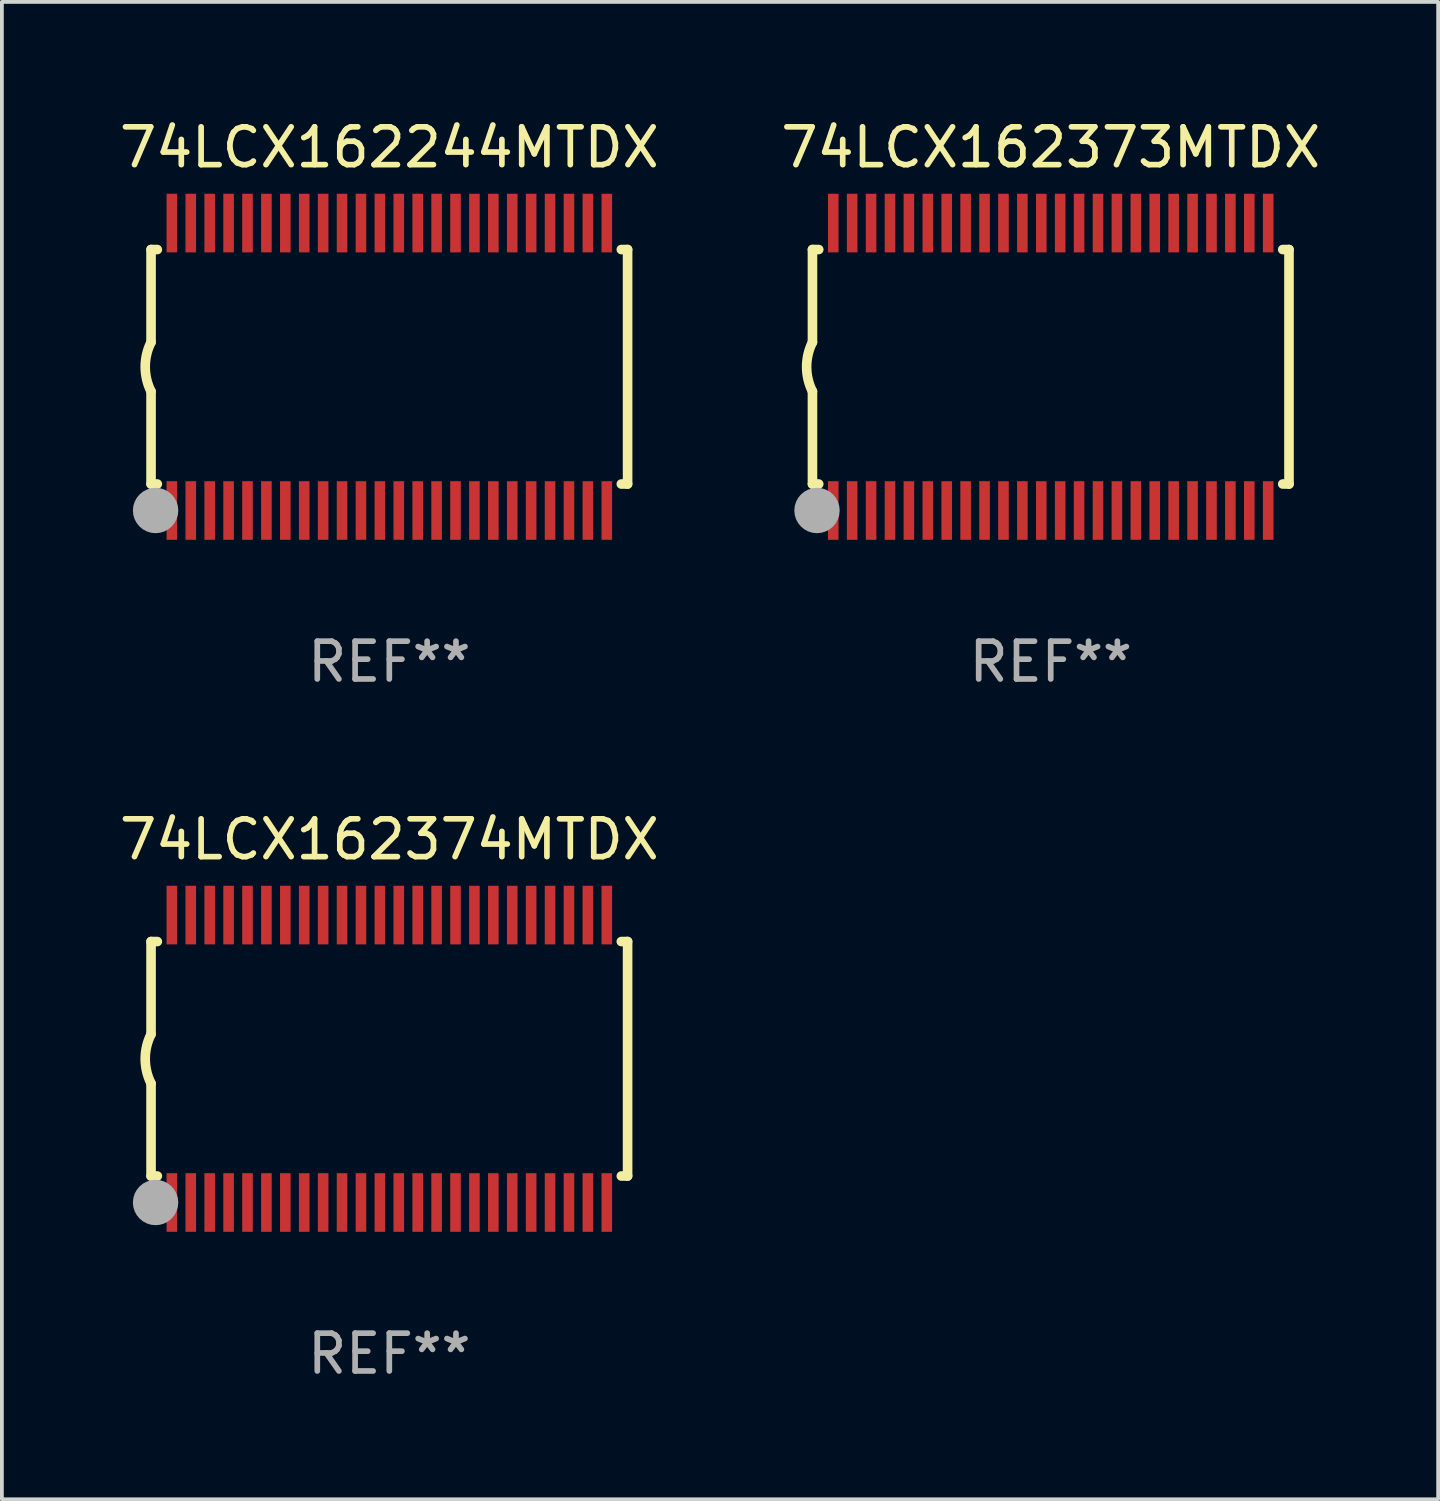
<source format=kicad_pcb>
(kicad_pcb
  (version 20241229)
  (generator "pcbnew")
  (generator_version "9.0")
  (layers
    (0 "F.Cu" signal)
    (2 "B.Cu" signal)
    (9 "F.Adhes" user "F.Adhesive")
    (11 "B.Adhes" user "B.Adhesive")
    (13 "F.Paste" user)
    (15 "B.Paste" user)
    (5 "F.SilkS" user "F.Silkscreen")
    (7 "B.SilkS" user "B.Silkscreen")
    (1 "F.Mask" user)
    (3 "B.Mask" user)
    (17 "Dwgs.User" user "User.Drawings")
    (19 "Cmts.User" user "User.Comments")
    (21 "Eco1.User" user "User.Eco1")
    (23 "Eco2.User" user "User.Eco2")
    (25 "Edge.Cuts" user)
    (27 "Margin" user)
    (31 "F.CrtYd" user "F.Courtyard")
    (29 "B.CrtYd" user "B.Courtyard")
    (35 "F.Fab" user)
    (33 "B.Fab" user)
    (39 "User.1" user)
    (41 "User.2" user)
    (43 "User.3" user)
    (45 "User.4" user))
  (footprint "74LCX162374MTDX"
    (layer "F.Cu")
    (at 7.244 24.945)
    (property "Reference" "74LCX162374MTDX" (at 0 -5.8 0) (layer "F.SilkS") (effects (font (size 1 1) (thickness 0.15))))
    (attr through_hole)
    (fp_line (start -6.3 -3.1) (end -6.3 -0.65) (stroke (width 0.254) (type solid)) (layer "F.SilkS"))
    (fp_line (start -6.3 -3.1) (end -6.134 -3.1) (stroke (width 0.254) (type solid)) (layer "F.SilkS"))
    (fp_line (start -6.3 3.1) (end -6.3 0.65) (stroke (width 0.254) (type solid)) (layer "F.SilkS"))
    (fp_line (start -6.3 3.1) (end -6.134 3.1) (stroke (width 0.254) (type solid)) (layer "F.SilkS"))
    (fp_line (start 6.134 -3.1) (end 6.3 -3.1) (stroke (width 0.254) (type solid)) (layer "F.SilkS"))
    (fp_line (start 6.134 3.1) (end 6.3 3.1) (stroke (width 0.254) (type solid)) (layer "F.SilkS"))
    (fp_line (start 6.3 -3.1) (end 6.3 3.1) (stroke (width 0.254) (type solid)) (layer "F.SilkS"))
    (fp_arc (start -6.301016 0.650114) (mid -6.45413 -0.000082) (end -6.3 -0.650038) (stroke (width 0.254001) (type solid)) (layer "F.SilkS"))
    (fp_circle (center -6.35 3.81) (end -6.223 3.81) (stroke (width 0.254) (type solid)) (fill no) (layer "F.SilkS"))
    (fp_circle (center -6.25 4.05) (end -6.22 4.05) (stroke (width 0.06) (type solid)) (fill no) (layer "F.SilkS"))
    (fp_circle (center -6.18 3.8) (end -5.88 3.8) (stroke (width 0.6) (type solid)) (fill no) (layer "F.Fab"))
    (fp_text user "REF**" (at 0 7.8 0) (layer "F.Fab") (effects (font (size 1 1) (thickness 0.15))))
    (pad "1" smd rect (at -5.75 3.8) (size 0.28 1.55) (layers "F.Cu" "F.Mask" "F.Paste"))
    (pad "2" smd rect (at -5.25 3.8) (size 0.28 1.55) (layers "F.Cu" "F.Mask" "F.Paste"))
    (pad "3" smd rect (at -4.75 3.8) (size 0.28 1.55) (layers "F.Cu" "F.Mask" "F.Paste"))
    (pad "4" smd rect (at -4.25 3.8) (size 0.28 1.55) (layers "F.Cu" "F.Mask" "F.Paste"))
    (pad "5" smd rect (at -3.75 3.8) (size 0.28 1.55) (layers "F.Cu" "F.Mask" "F.Paste"))
    (pad "6" smd rect (at -3.25 3.8) (size 0.28 1.55) (layers "F.Cu" "F.Mask" "F.Paste"))
    (pad "7" smd rect (at -2.75 3.8) (size 0.28 1.55) (layers "F.Cu" "F.Mask" "F.Paste"))
    (pad "8" smd rect (at -2.25 3.8) (size 0.28 1.55) (layers "F.Cu" "F.Mask" "F.Paste"))
    (pad "9" smd rect (at -1.75 3.8) (size 0.28 1.55) (layers "F.Cu" "F.Mask" "F.Paste"))
    (pad "10" smd rect (at -1.25 3.8) (size 0.28 1.55) (layers "F.Cu" "F.Mask" "F.Paste"))
    (pad "11" smd rect (at -0.75 3.8) (size 0.28 1.55) (layers "F.Cu" "F.Mask" "F.Paste"))
    (pad "12" smd rect (at -0.25 3.8) (size 0.28 1.55) (layers "F.Cu" "F.Mask" "F.Paste"))
    (pad "13" smd rect (at 0.25 3.8) (size 0.28 1.55) (layers "F.Cu" "F.Mask" "F.Paste"))
    (pad "14" smd rect (at 0.75 3.8) (size 0.28 1.55) (layers "F.Cu" "F.Mask" "F.Paste"))
    (pad "15" smd rect (at 1.25 3.8) (size 0.28 1.55) (layers "F.Cu" "F.Mask" "F.Paste"))
    (pad "16" smd rect (at 1.75 3.8) (size 0.28 1.55) (layers "F.Cu" "F.Mask" "F.Paste"))
    (pad "17" smd rect (at 2.25 3.8) (size 0.28 1.55) (layers "F.Cu" "F.Mask" "F.Paste"))
    (pad "18" smd rect (at 2.75 3.8) (size 0.28 1.55) (layers "F.Cu" "F.Mask" "F.Paste"))
    (pad "19" smd rect (at 3.25 3.8) (size 0.28 1.55) (layers "F.Cu" "F.Mask" "F.Paste"))
    (pad "20" smd rect (at 3.75 3.8) (size 0.28 1.55) (layers "F.Cu" "F.Mask" "F.Paste"))
    (pad "21" smd rect (at 4.25 3.8) (size 0.28 1.55) (layers "F.Cu" "F.Mask" "F.Paste"))
    (pad "22" smd rect (at 4.75 3.8) (size 0.28 1.55) (layers "F.Cu" "F.Mask" "F.Paste"))
    (pad "23" smd rect (at 5.25 3.8) (size 0.28 1.55) (layers "F.Cu" "F.Mask" "F.Paste"))
    (pad "24" smd rect (at 5.75 3.8) (size 0.28 1.55) (layers "F.Cu" "F.Mask" "F.Paste"))
    (pad "25" smd rect (at 5.75 -3.8) (size 0.28 1.55) (layers "F.Cu" "F.Mask" "F.Paste"))
    (pad "26" smd rect (at 5.25 -3.8) (size 0.28 1.55) (layers "F.Cu" "F.Mask" "F.Paste"))
    (pad "27" smd rect (at 4.75 -3.8) (size 0.28 1.55) (layers "F.Cu" "F.Mask" "F.Paste"))
    (pad "28" smd rect (at 4.25 -3.8) (size 0.28 1.55) (layers "F.Cu" "F.Mask" "F.Paste"))
    (pad "29" smd rect (at 3.75 -3.8) (size 0.28 1.55) (layers "F.Cu" "F.Mask" "F.Paste"))
    (pad "30" smd rect (at 3.25 -3.8) (size 0.28 1.55) (layers "F.Cu" "F.Mask" "F.Paste"))
    (pad "31" smd rect (at 2.75 -3.8) (size 0.28 1.55) (layers "F.Cu" "F.Mask" "F.Paste"))
    (pad "32" smd rect (at 2.25 -3.8) (size 0.28 1.55) (layers "F.Cu" "F.Mask" "F.Paste"))
    (pad "33" smd rect (at 1.75 -3.8) (size 0.28 1.55) (layers "F.Cu" "F.Mask" "F.Paste"))
    (pad "34" smd rect (at 1.25 -3.8) (size 0.28 1.55) (layers "F.Cu" "F.Mask" "F.Paste"))
    (pad "35" smd rect (at 0.75 -3.8) (size 0.28 1.55) (layers "F.Cu" "F.Mask" "F.Paste"))
    (pad "36" smd rect (at 0.25 -3.8) (size 0.28 1.55) (layers "F.Cu" "F.Mask" "F.Paste"))
    (pad "37" smd rect (at -0.25 -3.8) (size 0.28 1.55) (layers "F.Cu" "F.Mask" "F.Paste"))
    (pad "38" smd rect (at -0.75 -3.8) (size 0.28 1.55) (layers "F.Cu" "F.Mask" "F.Paste"))
    (pad "39" smd rect (at -1.25 -3.8) (size 0.28 1.55) (layers "F.Cu" "F.Mask" "F.Paste"))
    (pad "40" smd rect (at -1.75 -3.8) (size 0.28 1.55) (layers "F.Cu" "F.Mask" "F.Paste"))
    (pad "41" smd rect (at -2.25 -3.8) (size 0.28 1.55) (layers "F.Cu" "F.Mask" "F.Paste"))
    (pad "42" smd rect (at -2.75 -3.8) (size 0.28 1.55) (layers "F.Cu" "F.Mask" "F.Paste"))
    (pad "43" smd rect (at -3.25 -3.8) (size 0.28 1.55) (layers "F.Cu" "F.Mask" "F.Paste"))
    (pad "44" smd rect (at -3.75 -3.8) (size 0.28 1.55) (layers "F.Cu" "F.Mask" "F.Paste"))
    (pad "45" smd rect (at -4.25 -3.8) (size 0.28 1.55) (layers "F.Cu" "F.Mask" "F.Paste"))
    (pad "46" smd rect (at -4.75 -3.8) (size 0.28 1.55) (layers "F.Cu" "F.Mask" "F.Paste"))
    (pad "47" smd rect (at -5.25 -3.8) (size 0.28 1.55) (layers "F.Cu" "F.Mask" "F.Paste"))
    (pad "48" smd rect (at -5.75 -3.8) (size 0.28 1.55) (layers "F.Cu" "F.Mask" "F.Paste")))
  (footprint "74LCX162244MTDX"
    (layer "F.Cu")
    (at 7.244 6.648)
    (property "Reference" "74LCX162244MTDX" (at 0 -5.8 0) (layer "F.SilkS") (effects (font (size 1 1) (thickness 0.15))))
    (attr through_hole)
    (fp_line (start -6.3 -3.1) (end -6.3 -0.65) (stroke (width 0.254) (type solid)) (layer "F.SilkS"))
    (fp_line (start -6.3 -3.1) (end -6.134 -3.1) (stroke (width 0.254) (type solid)) (layer "F.SilkS"))
    (fp_line (start -6.3 3.1) (end -6.3 0.65) (stroke (width 0.254) (type solid)) (layer "F.SilkS"))
    (fp_line (start -6.3 3.1) (end -6.134 3.1) (stroke (width 0.254) (type solid)) (layer "F.SilkS"))
    (fp_line (start 6.134 -3.1) (end 6.3 -3.1) (stroke (width 0.254) (type solid)) (layer "F.SilkS"))
    (fp_line (start 6.134 3.1) (end 6.3 3.1) (stroke (width 0.254) (type solid)) (layer "F.SilkS"))
    (fp_line (start 6.3 -3.1) (end 6.3 3.1) (stroke (width 0.254) (type solid)) (layer "F.SilkS"))
    (fp_arc (start -6.301016 0.650114) (mid -6.45413 -0.000082) (end -6.3 -0.650038) (stroke (width 0.254001) (type solid)) (layer "F.SilkS"))
    (fp_circle (center -6.35 3.81) (end -6.223 3.81) (stroke (width 0.254) (type solid)) (fill no) (layer "F.SilkS"))
    (fp_circle (center -6.25 4.05) (end -6.22 4.05) (stroke (width 0.06) (type solid)) (fill no) (layer "F.SilkS"))
    (fp_circle (center -6.18 3.8) (end -5.88 3.8) (stroke (width 0.6) (type solid)) (fill no) (layer "F.Fab"))
    (fp_text user "REF**" (at 0 7.8 0) (layer "F.Fab") (effects (font (size 1 1) (thickness 0.15))))
    (pad "1" smd rect (at -5.75 3.8) (size 0.28 1.55) (layers "F.Cu" "F.Mask" "F.Paste"))
    (pad "2" smd rect (at -5.25 3.8) (size 0.28 1.55) (layers "F.Cu" "F.Mask" "F.Paste"))
    (pad "3" smd rect (at -4.75 3.8) (size 0.28 1.55) (layers "F.Cu" "F.Mask" "F.Paste"))
    (pad "4" smd rect (at -4.25 3.8) (size 0.28 1.55) (layers "F.Cu" "F.Mask" "F.Paste"))
    (pad "5" smd rect (at -3.75 3.8) (size 0.28 1.55) (layers "F.Cu" "F.Mask" "F.Paste"))
    (pad "6" smd rect (at -3.25 3.8) (size 0.28 1.55) (layers "F.Cu" "F.Mask" "F.Paste"))
    (pad "7" smd rect (at -2.75 3.8) (size 0.28 1.55) (layers "F.Cu" "F.Mask" "F.Paste"))
    (pad "8" smd rect (at -2.25 3.8) (size 0.28 1.55) (layers "F.Cu" "F.Mask" "F.Paste"))
    (pad "9" smd rect (at -1.75 3.8) (size 0.28 1.55) (layers "F.Cu" "F.Mask" "F.Paste"))
    (pad "10" smd rect (at -1.25 3.8) (size 0.28 1.55) (layers "F.Cu" "F.Mask" "F.Paste"))
    (pad "11" smd rect (at -0.75 3.8) (size 0.28 1.55) (layers "F.Cu" "F.Mask" "F.Paste"))
    (pad "12" smd rect (at -0.25 3.8) (size 0.28 1.55) (layers "F.Cu" "F.Mask" "F.Paste"))
    (pad "13" smd rect (at 0.25 3.8) (size 0.28 1.55) (layers "F.Cu" "F.Mask" "F.Paste"))
    (pad "14" smd rect (at 0.75 3.8) (size 0.28 1.55) (layers "F.Cu" "F.Mask" "F.Paste"))
    (pad "15" smd rect (at 1.25 3.8) (size 0.28 1.55) (layers "F.Cu" "F.Mask" "F.Paste"))
    (pad "16" smd rect (at 1.75 3.8) (size 0.28 1.55) (layers "F.Cu" "F.Mask" "F.Paste"))
    (pad "17" smd rect (at 2.25 3.8) (size 0.28 1.55) (layers "F.Cu" "F.Mask" "F.Paste"))
    (pad "18" smd rect (at 2.75 3.8) (size 0.28 1.55) (layers "F.Cu" "F.Mask" "F.Paste"))
    (pad "19" smd rect (at 3.25 3.8) (size 0.28 1.55) (layers "F.Cu" "F.Mask" "F.Paste"))
    (pad "20" smd rect (at 3.75 3.8) (size 0.28 1.55) (layers "F.Cu" "F.Mask" "F.Paste"))
    (pad "21" smd rect (at 4.25 3.8) (size 0.28 1.55) (layers "F.Cu" "F.Mask" "F.Paste"))
    (pad "22" smd rect (at 4.75 3.8) (size 0.28 1.55) (layers "F.Cu" "F.Mask" "F.Paste"))
    (pad "23" smd rect (at 5.25 3.8) (size 0.28 1.55) (layers "F.Cu" "F.Mask" "F.Paste"))
    (pad "24" smd rect (at 5.75 3.8) (size 0.28 1.55) (layers "F.Cu" "F.Mask" "F.Paste"))
    (pad "25" smd rect (at 5.75 -3.8) (size 0.28 1.55) (layers "F.Cu" "F.Mask" "F.Paste"))
    (pad "26" smd rect (at 5.25 -3.8) (size 0.28 1.55) (layers "F.Cu" "F.Mask" "F.Paste"))
    (pad "27" smd rect (at 4.75 -3.8) (size 0.28 1.55) (layers "F.Cu" "F.Mask" "F.Paste"))
    (pad "28" smd rect (at 4.25 -3.8) (size 0.28 1.55) (layers "F.Cu" "F.Mask" "F.Paste"))
    (pad "29" smd rect (at 3.75 -3.8) (size 0.28 1.55) (layers "F.Cu" "F.Mask" "F.Paste"))
    (pad "30" smd rect (at 3.25 -3.8) (size 0.28 1.55) (layers "F.Cu" "F.Mask" "F.Paste"))
    (pad "31" smd rect (at 2.75 -3.8) (size 0.28 1.55) (layers "F.Cu" "F.Mask" "F.Paste"))
    (pad "32" smd rect (at 2.25 -3.8) (size 0.28 1.55) (layers "F.Cu" "F.Mask" "F.Paste"))
    (pad "33" smd rect (at 1.75 -3.8) (size 0.28 1.55) (layers "F.Cu" "F.Mask" "F.Paste"))
    (pad "34" smd rect (at 1.25 -3.8) (size 0.28 1.55) (layers "F.Cu" "F.Mask" "F.Paste"))
    (pad "35" smd rect (at 0.75 -3.8) (size 0.28 1.55) (layers "F.Cu" "F.Mask" "F.Paste"))
    (pad "36" smd rect (at 0.25 -3.8) (size 0.28 1.55) (layers "F.Cu" "F.Mask" "F.Paste"))
    (pad "37" smd rect (at -0.25 -3.8) (size 0.28 1.55) (layers "F.Cu" "F.Mask" "F.Paste"))
    (pad "38" smd rect (at -0.75 -3.8) (size 0.28 1.55) (layers "F.Cu" "F.Mask" "F.Paste"))
    (pad "39" smd rect (at -1.25 -3.8) (size 0.28 1.55) (layers "F.Cu" "F.Mask" "F.Paste"))
    (pad "40" smd rect (at -1.75 -3.8) (size 0.28 1.55) (layers "F.Cu" "F.Mask" "F.Paste"))
    (pad "41" smd rect (at -2.25 -3.8) (size 0.28 1.55) (layers "F.Cu" "F.Mask" "F.Paste"))
    (pad "42" smd rect (at -2.75 -3.8) (size 0.28 1.55) (layers "F.Cu" "F.Mask" "F.Paste"))
    (pad "43" smd rect (at -3.25 -3.8) (size 0.28 1.55) (layers "F.Cu" "F.Mask" "F.Paste"))
    (pad "44" smd rect (at -3.75 -3.8) (size 0.28 1.55) (layers "F.Cu" "F.Mask" "F.Paste"))
    (pad "45" smd rect (at -4.25 -3.8) (size 0.28 1.55) (layers "F.Cu" "F.Mask" "F.Paste"))
    (pad "46" smd rect (at -4.75 -3.8) (size 0.28 1.55) (layers "F.Cu" "F.Mask" "F.Paste"))
    (pad "47" smd rect (at -5.25 -3.8) (size 0.28 1.55) (layers "F.Cu" "F.Mask" "F.Paste"))
    (pad "48" smd rect (at -5.75 -3.8) (size 0.28 1.55) (layers "F.Cu" "F.Mask" "F.Paste")))
  (footprint "74LCX162373MTDX"
    (layer "F.Cu")
    (at 24.732 6.648)
    (property "Reference" "74LCX162373MTDX" (at 0 -5.8 0) (layer "F.SilkS") (effects (font (size 1 1) (thickness 0.15))))
    (attr through_hole)
    (fp_line (start -6.3 -3.1) (end -6.3 -0.65) (stroke (width 0.254) (type solid)) (layer "F.SilkS"))
    (fp_line (start -6.3 -3.1) (end -6.134 -3.1) (stroke (width 0.254) (type solid)) (layer "F.SilkS"))
    (fp_line (start -6.3 3.1) (end -6.3 0.65) (stroke (width 0.254) (type solid)) (layer "F.SilkS"))
    (fp_line (start -6.3 3.1) (end -6.134 3.1) (stroke (width 0.254) (type solid)) (layer "F.SilkS"))
    (fp_line (start 6.134 -3.1) (end 6.3 -3.1) (stroke (width 0.254) (type solid)) (layer "F.SilkS"))
    (fp_line (start 6.134 3.1) (end 6.3 3.1) (stroke (width 0.254) (type solid)) (layer "F.SilkS"))
    (fp_line (start 6.3 -3.1) (end 6.3 3.1) (stroke (width 0.254) (type solid)) (layer "F.SilkS"))
    (fp_arc (start -6.301016 0.650114) (mid -6.45413 -0.000082) (end -6.3 -0.650038) (stroke (width 0.254001) (type solid)) (layer "F.SilkS"))
    (fp_circle (center -6.35 3.81) (end -6.223 3.81) (stroke (width 0.254) (type solid)) (fill no) (layer "F.SilkS"))
    (fp_circle (center -6.25 4.05) (end -6.22 4.05) (stroke (width 0.06) (type solid)) (fill no) (layer "F.SilkS"))
    (fp_circle (center -6.18 3.8) (end -5.88 3.8) (stroke (width 0.6) (type solid)) (fill no) (layer "F.Fab"))
    (fp_text user "REF**" (at 0 7.8 0) (layer "F.Fab") (effects (font (size 1 1) (thickness 0.15))))
    (pad "1" smd rect (at -5.75 3.8) (size 0.28 1.55) (layers "F.Cu" "F.Mask" "F.Paste"))
    (pad "2" smd rect (at -5.25 3.8) (size 0.28 1.55) (layers "F.Cu" "F.Mask" "F.Paste"))
    (pad "3" smd rect (at -4.75 3.8) (size 0.28 1.55) (layers "F.Cu" "F.Mask" "F.Paste"))
    (pad "4" smd rect (at -4.25 3.8) (size 0.28 1.55) (layers "F.Cu" "F.Mask" "F.Paste"))
    (pad "5" smd rect (at -3.75 3.8) (size 0.28 1.55) (layers "F.Cu" "F.Mask" "F.Paste"))
    (pad "6" smd rect (at -3.25 3.8) (size 0.28 1.55) (layers "F.Cu" "F.Mask" "F.Paste"))
    (pad "7" smd rect (at -2.75 3.8) (size 0.28 1.55) (layers "F.Cu" "F.Mask" "F.Paste"))
    (pad "8" smd rect (at -2.25 3.8) (size 0.28 1.55) (layers "F.Cu" "F.Mask" "F.Paste"))
    (pad "9" smd rect (at -1.75 3.8) (size 0.28 1.55) (layers "F.Cu" "F.Mask" "F.Paste"))
    (pad "10" smd rect (at -1.25 3.8) (size 0.28 1.55) (layers "F.Cu" "F.Mask" "F.Paste"))
    (pad "11" smd rect (at -0.75 3.8) (size 0.28 1.55) (layers "F.Cu" "F.Mask" "F.Paste"))
    (pad "12" smd rect (at -0.25 3.8) (size 0.28 1.55) (layers "F.Cu" "F.Mask" "F.Paste"))
    (pad "13" smd rect (at 0.25 3.8) (size 0.28 1.55) (layers "F.Cu" "F.Mask" "F.Paste"))
    (pad "14" smd rect (at 0.75 3.8) (size 0.28 1.55) (layers "F.Cu" "F.Mask" "F.Paste"))
    (pad "15" smd rect (at 1.25 3.8) (size 0.28 1.55) (layers "F.Cu" "F.Mask" "F.Paste"))
    (pad "16" smd rect (at 1.75 3.8) (size 0.28 1.55) (layers "F.Cu" "F.Mask" "F.Paste"))
    (pad "17" smd rect (at 2.25 3.8) (size 0.28 1.55) (layers "F.Cu" "F.Mask" "F.Paste"))
    (pad "18" smd rect (at 2.75 3.8) (size 0.28 1.55) (layers "F.Cu" "F.Mask" "F.Paste"))
    (pad "19" smd rect (at 3.25 3.8) (size 0.28 1.55) (layers "F.Cu" "F.Mask" "F.Paste"))
    (pad "20" smd rect (at 3.75 3.8) (size 0.28 1.55) (layers "F.Cu" "F.Mask" "F.Paste"))
    (pad "21" smd rect (at 4.25 3.8) (size 0.28 1.55) (layers "F.Cu" "F.Mask" "F.Paste"))
    (pad "22" smd rect (at 4.75 3.8) (size 0.28 1.55) (layers "F.Cu" "F.Mask" "F.Paste"))
    (pad "23" smd rect (at 5.25 3.8) (size 0.28 1.55) (layers "F.Cu" "F.Mask" "F.Paste"))
    (pad "24" smd rect (at 5.75 3.8) (size 0.28 1.55) (layers "F.Cu" "F.Mask" "F.Paste"))
    (pad "25" smd rect (at 5.75 -3.8) (size 0.28 1.55) (layers "F.Cu" "F.Mask" "F.Paste"))
    (pad "26" smd rect (at 5.25 -3.8) (size 0.28 1.55) (layers "F.Cu" "F.Mask" "F.Paste"))
    (pad "27" smd rect (at 4.75 -3.8) (size 0.28 1.55) (layers "F.Cu" "F.Mask" "F.Paste"))
    (pad "28" smd rect (at 4.25 -3.8) (size 0.28 1.55) (layers "F.Cu" "F.Mask" "F.Paste"))
    (pad "29" smd rect (at 3.75 -3.8) (size 0.28 1.55) (layers "F.Cu" "F.Mask" "F.Paste"))
    (pad "30" smd rect (at 3.25 -3.8) (size 0.28 1.55) (layers "F.Cu" "F.Mask" "F.Paste"))
    (pad "31" smd rect (at 2.75 -3.8) (size 0.28 1.55) (layers "F.Cu" "F.Mask" "F.Paste"))
    (pad "32" smd rect (at 2.25 -3.8) (size 0.28 1.55) (layers "F.Cu" "F.Mask" "F.Paste"))
    (pad "33" smd rect (at 1.75 -3.8) (size 0.28 1.55) (layers "F.Cu" "F.Mask" "F.Paste"))
    (pad "34" smd rect (at 1.25 -3.8) (size 0.28 1.55) (layers "F.Cu" "F.Mask" "F.Paste"))
    (pad "35" smd rect (at 0.75 -3.8) (size 0.28 1.55) (layers "F.Cu" "F.Mask" "F.Paste"))
    (pad "36" smd rect (at 0.25 -3.8) (size 0.28 1.55) (layers "F.Cu" "F.Mask" "F.Paste"))
    (pad "37" smd rect (at -0.25 -3.8) (size 0.28 1.55) (layers "F.Cu" "F.Mask" "F.Paste"))
    (pad "38" smd rect (at -0.75 -3.8) (size 0.28 1.55) (layers "F.Cu" "F.Mask" "F.Paste"))
    (pad "39" smd rect (at -1.25 -3.8) (size 0.28 1.55) (layers "F.Cu" "F.Mask" "F.Paste"))
    (pad "40" smd rect (at -1.75 -3.8) (size 0.28 1.55) (layers "F.Cu" "F.Mask" "F.Paste"))
    (pad "41" smd rect (at -2.25 -3.8) (size 0.28 1.55) (layers "F.Cu" "F.Mask" "F.Paste"))
    (pad "42" smd rect (at -2.75 -3.8) (size 0.28 1.55) (layers "F.Cu" "F.Mask" "F.Paste"))
    (pad "43" smd rect (at -3.25 -3.8) (size 0.28 1.55) (layers "F.Cu" "F.Mask" "F.Paste"))
    (pad "44" smd rect (at -3.75 -3.8) (size 0.28 1.55) (layers "F.Cu" "F.Mask" "F.Paste"))
    (pad "45" smd rect (at -4.25 -3.8) (size 0.28 1.55) (layers "F.Cu" "F.Mask" "F.Paste"))
    (pad "46" smd rect (at -4.75 -3.8) (size 0.28 1.55) (layers "F.Cu" "F.Mask" "F.Paste"))
    (pad "47" smd rect (at -5.25 -3.8) (size 0.28 1.55) (layers "F.Cu" "F.Mask" "F.Paste"))
    (pad "48" smd rect (at -5.75 -3.8) (size 0.28 1.55) (layers "F.Cu" "F.Mask" "F.Paste")))
  (gr_rect
    (start -3 -3)
    (end 34.976 36.593)
    (stroke (width 0.1) (type default))
    (fill no)
    (layer "Edge.Cuts")))
</source>
